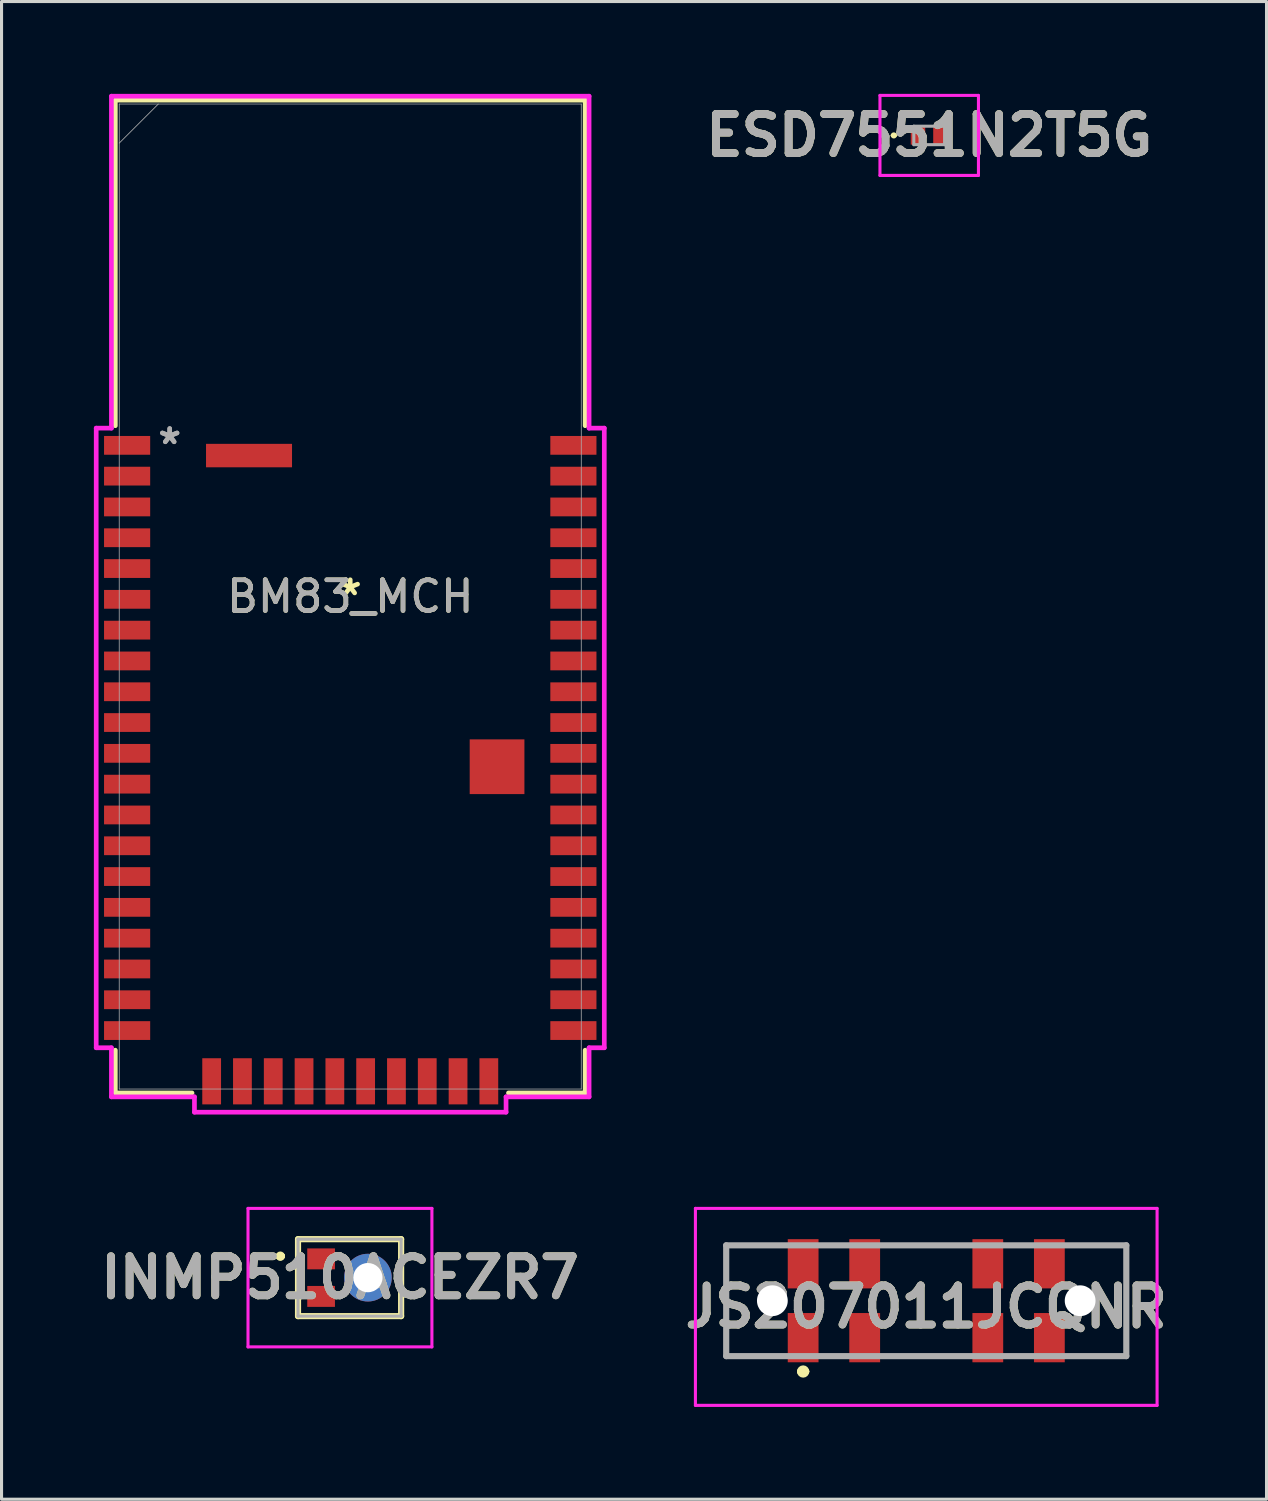
<source format=kicad_pcb>
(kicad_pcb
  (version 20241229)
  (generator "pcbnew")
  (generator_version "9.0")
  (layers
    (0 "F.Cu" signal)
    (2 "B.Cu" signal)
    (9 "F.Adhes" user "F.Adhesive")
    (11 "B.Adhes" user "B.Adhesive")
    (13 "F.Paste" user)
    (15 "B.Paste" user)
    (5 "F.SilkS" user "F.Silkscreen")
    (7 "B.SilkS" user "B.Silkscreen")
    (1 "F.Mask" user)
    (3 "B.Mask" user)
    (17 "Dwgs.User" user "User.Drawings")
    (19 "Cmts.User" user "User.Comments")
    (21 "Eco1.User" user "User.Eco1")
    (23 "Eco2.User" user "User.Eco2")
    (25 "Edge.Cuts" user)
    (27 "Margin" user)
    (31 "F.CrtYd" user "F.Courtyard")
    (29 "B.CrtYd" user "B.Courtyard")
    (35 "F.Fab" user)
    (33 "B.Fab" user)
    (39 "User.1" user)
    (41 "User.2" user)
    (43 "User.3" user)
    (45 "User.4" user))
  (footprint "BM83_MCH"
    (layer "F.Cu")
    (at 8.33 16.332)
    (property "Reference" "BM83_MCH" (at 0 0 0) (unlocked yes) (layer "F.SilkS") (effects (font (size 1 1) (thickness 0.15))))
    (attr smd)
    (fp_line (start -7.633 -16.129) (end -7.633 -5.55) (stroke (width 0.152) (type solid)) (layer "F.SilkS"))
    (fp_line (start -7.633 14.74) (end -7.633 16.129) (stroke (width 0.152) (type solid)) (layer "F.SilkS"))
    (fp_line (start -7.633 16.129) (end -5.141 16.129) (stroke (width 0.152) (type solid)) (layer "F.SilkS"))
    (fp_line (start 5.141 16.129) (end 7.633 16.129) (stroke (width 0.152) (type solid)) (layer "F.SilkS"))
    (fp_line (start 7.633 -16.129) (end -7.633 -16.129) (stroke (width 0.152) (type solid)) (layer "F.SilkS"))
    (fp_line (start 7.633 -5.55) (end 7.633 -16.129) (stroke (width 0.152) (type solid)) (layer "F.SilkS"))
    (fp_line (start 7.633 16.129) (end 7.633 14.74) (stroke (width 0.152) (type solid)) (layer "F.SilkS"))
    (fp_poly (pts (xy -7.506 -16.002) (xy -7.506 -5.994) (xy 1.41 -5.994) (xy 1.41 -2.007) (xy 6.413 -2.007) (xy 6.413 -5.994) (xy 7.506 -5.994) (xy 7.506 -16.002)) (stroke (width 0.1) (type solid)) (fill no) (layer "Eco2.User"))
    (fp_line (start -8.254 -5.471) (end -8.254 14.661) (stroke (width 0.152) (type solid)) (layer "F.CrtYd"))
    (fp_line (start -8.254 14.661) (end -7.76 14.661) (stroke (width 0.152) (type solid)) (layer "F.CrtYd"))
    (fp_line (start -7.76 -16.256) (end -7.76 -5.471) (stroke (width 0.152) (type solid)) (layer "F.CrtYd"))
    (fp_line (start -7.76 -5.471) (end -8.254 -5.471) (stroke (width 0.152) (type solid)) (layer "F.CrtYd"))
    (fp_line (start -7.76 14.661) (end -7.76 16.256) (stroke (width 0.152) (type solid)) (layer "F.CrtYd"))
    (fp_line (start -7.76 16.256) (end -5.062 16.256) (stroke (width 0.152) (type solid)) (layer "F.CrtYd"))
    (fp_line (start -5.062 16.256) (end -5.062 16.754) (stroke (width 0.152) (type solid)) (layer "F.CrtYd"))
    (fp_line (start -5.062 16.754) (end 5.062 16.754) (stroke (width 0.152) (type solid)) (layer "F.CrtYd"))
    (fp_line (start 5.062 16.256) (end 7.76 16.256) (stroke (width 0.152) (type solid)) (layer "F.CrtYd"))
    (fp_line (start 5.062 16.754) (end 5.062 16.256) (stroke (width 0.152) (type solid)) (layer "F.CrtYd"))
    (fp_line (start 7.76 -16.256) (end -7.76 -16.256) (stroke (width 0.152) (type solid)) (layer "F.CrtYd"))
    (fp_line (start 7.76 -5.471) (end 7.76 -16.256) (stroke (width 0.152) (type solid)) (layer "F.CrtYd"))
    (fp_line (start 7.76 14.661) (end 8.254 14.661) (stroke (width 0.152) (type solid)) (layer "F.CrtYd"))
    (fp_line (start 7.76 16.256) (end 7.76 14.661) (stroke (width 0.152) (type solid)) (layer "F.CrtYd"))
    (fp_line (start 8.254 -5.471) (end 7.76 -5.471) (stroke (width 0.152) (type solid)) (layer "F.CrtYd"))
    (fp_line (start 8.254 14.661) (end 8.254 -5.471) (stroke (width 0.152) (type solid)) (layer "F.CrtYd"))
    (fp_line (start -7.506 -16.002) (end -7.506 16.002) (stroke (width 0.025) (type solid)) (layer "F.Fab"))
    (fp_line (start -7.506 -14.732) (end -6.236 -16.002) (stroke (width 0.025) (type solid)) (layer "F.Fab"))
    (fp_line (start -7.506 16.002) (end 7.506 16.002) (stroke (width 0.025) (type solid)) (layer "F.Fab"))
    (fp_line (start 7.506 -16.002) (end -7.506 -16.002) (stroke (width 0.025) (type solid)) (layer "F.Fab"))
    (fp_line (start 7.506 16.002) (end 7.506 -16.002) (stroke (width 0.025) (type solid)) (layer "F.Fab"))
    (fp_text user "*" (at 0 0 0) (layer "F.SilkS") (effects (font (size 1 1) (thickness 0.15))))
    (fp_text user "${REFERENCE}" (at 0 0 0) (unlocked yes) (layer "F.Fab") (effects (font (size 1 1) (thickness 0.15))))
    (fp_text user "*" (at -5.866 -4.912 0) (unlocked yes) (layer "F.Fab") (effects (font (size 1 1) (thickness 0.15))))
    (fp_text user "*" (at -5.866 -4.912 0) (layer "F.Fab") (effects (font (size 1 1) (thickness 0.15))))
    (pad "1" smd rect (at -7.25 -4.912) (size 1.499 0.61) (layers "F.Cu" "F.Mask" "F.Paste"))
    (pad "2" smd rect (at -7.25 -3.912) (size 1.499 0.61) (layers "F.Cu" "F.Mask" "F.Paste"))
    (pad "3" smd rect (at -7.25 -2.911) (size 1.499 0.61) (layers "F.Cu" "F.Mask" "F.Paste"))
    (pad "4" smd rect (at -7.25 -1.91) (size 1.499 0.61) (layers "F.Cu" "F.Mask" "F.Paste"))
    (pad "5" smd rect (at -7.25 -0.909) (size 1.499 0.61) (layers "F.Cu" "F.Mask" "F.Paste"))
    (pad "6" smd rect (at -7.25 0.091) (size 1.499 0.61) (layers "F.Cu" "F.Mask" "F.Paste"))
    (pad "7" smd rect (at -7.25 1.092) (size 1.499 0.61) (layers "F.Cu" "F.Mask" "F.Paste"))
    (pad "8" smd rect (at -7.25 2.093) (size 1.499 0.61) (layers "F.Cu" "F.Mask" "F.Paste"))
    (pad "9" smd rect (at -7.25 3.094) (size 1.499 0.61) (layers "F.Cu" "F.Mask" "F.Paste"))
    (pad "10" smd rect (at -7.25 4.094) (size 1.499 0.61) (layers "F.Cu" "F.Mask" "F.Paste"))
    (pad "11" smd rect (at -7.25 5.095) (size 1.499 0.61) (layers "F.Cu" "F.Mask" "F.Paste"))
    (pad "12" smd rect (at -7.25 6.096) (size 1.499 0.61) (layers "F.Cu" "F.Mask" "F.Paste"))
    (pad "13" smd rect (at -7.25 7.097) (size 1.499 0.61) (layers "F.Cu" "F.Mask" "F.Paste"))
    (pad "14" smd rect (at -7.25 8.098) (size 1.499 0.61) (layers "F.Cu" "F.Mask" "F.Paste"))
    (pad "15" smd rect (at -7.25 9.098) (size 1.499 0.61) (layers "F.Cu" "F.Mask" "F.Paste"))
    (pad "16" smd rect (at -7.25 10.099) (size 1.499 0.61) (layers "F.Cu" "F.Mask" "F.Paste"))
    (pad "17" smd rect (at -7.25 11.1) (size 1.499 0.61) (layers "F.Cu" "F.Mask" "F.Paste"))
    (pad "18" smd rect (at -7.25 12.101) (size 1.499 0.61) (layers "F.Cu" "F.Mask" "F.Paste"))
    (pad "19" smd rect (at -7.25 13.101) (size 1.499 0.61) (layers "F.Cu" "F.Mask" "F.Paste"))
    (pad "20" smd rect (at -7.25 14.102) (size 1.499 0.61) (layers "F.Cu" "F.Mask" "F.Paste"))
    (pad "21" smd rect (at -4.503 15.751 90) (size 1.499 0.61) (layers "F.Cu" "F.Mask" "F.Paste"))
    (pad "22" smd rect (at -3.503 15.751 90) (size 1.499 0.61) (layers "F.Cu" "F.Mask" "F.Paste"))
    (pad "23" smd rect (at -2.502 15.751 90) (size 1.499 0.61) (layers "F.Cu" "F.Mask" "F.Paste"))
    (pad "24" smd rect (at -1.501 15.751 90) (size 1.499 0.61) (layers "F.Cu" "F.Mask" "F.Paste"))
    (pad "25" smd rect (at -0.5 15.751 90) (size 1.499 0.61) (layers "F.Cu" "F.Mask" "F.Paste"))
    (pad "26" smd rect (at 0.5 15.751 90) (size 1.499 0.61) (layers "F.Cu" "F.Mask" "F.Paste"))
    (pad "27" smd rect (at 1.501 15.751 90) (size 1.499 0.61) (layers "F.Cu" "F.Mask" "F.Paste"))
    (pad "28" smd rect (at 2.502 15.751 90) (size 1.499 0.61) (layers "F.Cu" "F.Mask" "F.Paste"))
    (pad "29" smd rect (at 3.503 15.751 90) (size 1.499 0.61) (layers "F.Cu" "F.Mask" "F.Paste"))
    (pad "30" smd rect (at 4.503 15.751 90) (size 1.499 0.61) (layers "F.Cu" "F.Mask" "F.Paste"))
    (pad "31" smd rect (at 7.25 14.102) (size 1.499 0.61) (layers "F.Cu" "F.Mask" "F.Paste"))
    (pad "32" smd rect (at 7.25 13.101) (size 1.499 0.61) (layers "F.Cu" "F.Mask" "F.Paste"))
    (pad "33" smd rect (at 7.25 12.101) (size 1.499 0.61) (layers "F.Cu" "F.Mask" "F.Paste"))
    (pad "34" smd rect (at 7.25 11.1) (size 1.499 0.61) (layers "F.Cu" "F.Mask" "F.Paste"))
    (pad "35" smd rect (at 7.25 10.099) (size 1.499 0.61) (layers "F.Cu" "F.Mask" "F.Paste"))
    (pad "36" smd rect (at 7.25 9.098) (size 1.499 0.61) (layers "F.Cu" "F.Mask" "F.Paste"))
    (pad "37" smd rect (at 7.25 8.098) (size 1.499 0.61) (layers "F.Cu" "F.Mask" "F.Paste"))
    (pad "38" smd rect (at 7.25 7.097) (size 1.499 0.61) (layers "F.Cu" "F.Mask" "F.Paste"))
    (pad "39" smd rect (at 7.25 6.096) (size 1.499 0.61) (layers "F.Cu" "F.Mask" "F.Paste"))
    (pad "40" smd rect (at 7.25 5.095) (size 1.499 0.61) (layers "F.Cu" "F.Mask" "F.Paste"))
    (pad "41" smd rect (at 7.25 4.094) (size 1.499 0.61) (layers "F.Cu" "F.Mask" "F.Paste"))
    (pad "42" smd rect (at 7.25 3.094) (size 1.499 0.61) (layers "F.Cu" "F.Mask" "F.Paste"))
    (pad "43" smd rect (at 7.25 2.093) (size 1.499 0.61) (layers "F.Cu" "F.Mask" "F.Paste"))
    (pad "44" smd rect (at 7.25 1.092) (size 1.499 0.61) (layers "F.Cu" "F.Mask" "F.Paste"))
    (pad "45" smd rect (at 7.25 0.091) (size 1.499 0.61) (layers "F.Cu" "F.Mask" "F.Paste"))
    (pad "46" smd rect (at 7.25 -0.909) (size 1.499 0.61) (layers "F.Cu" "F.Mask" "F.Paste"))
    (pad "47" smd rect (at 7.25 -1.91) (size 1.499 0.61) (layers "F.Cu" "F.Mask" "F.Paste"))
    (pad "48" smd rect (at 7.25 -2.911) (size 1.499 0.61) (layers "F.Cu" "F.Mask" "F.Paste"))
    (pad "49" smd rect (at 7.25 -3.912) (size 1.499 0.61) (layers "F.Cu" "F.Mask" "F.Paste"))
    (pad "50" smd rect (at 7.25 -4.912) (size 1.499 0.61) (layers "F.Cu" "F.Mask" "F.Paste"))
    (pad "56" smd rect (at 4.77 5.53) (size 1.778 1.778) (layers "F.Cu" "F.Mask" "F.Paste"))
    (pad "57" smd rect (at -3.289 -4.58) (size 2.794 0.762) (layers "F.Cu" "F.Mask" "F.Paste")))
  (footprint "ESD7551N2T5G"
    (layer "F.Cu")
    (at 27.141 1.35)
    (property "Reference" "ESD7551N2T5G" (at 0 0 0) (layer "F.SilkS") (effects (font (size 1.27 1.27) (thickness 0.254))))
    (attr smd)
    (fp_line (start -1.2 0) (end -1.2 0) (stroke (width 0.1) (type solid)) (layer "F.SilkS"))
    (fp_line (start -1.1 0) (end -1.1 0) (stroke (width 0.1) (type solid)) (layer "F.SilkS"))
    (fp_arc (start -1.2 0) (mid -1.15 -0.05) (end -1.1 0) (stroke (width 0.1) (type solid)) (layer "F.SilkS"))
    (fp_arc (start -1.1 0) (mid -1.15 0.05) (end -1.2 0) (stroke (width 0.1) (type solid)) (layer "F.SilkS"))
    (fp_line (start -1.6 -1.3) (end 1.6 -1.3) (stroke (width 0.1) (type solid)) (layer "F.CrtYd"))
    (fp_line (start -1.6 1.3) (end -1.6 -1.3) (stroke (width 0.1) (type solid)) (layer "F.CrtYd"))
    (fp_line (start 1.6 -1.3) (end 1.6 1.3) (stroke (width 0.1) (type solid)) (layer "F.CrtYd"))
    (fp_line (start 1.6 1.3) (end -1.6 1.3) (stroke (width 0.1) (type solid)) (layer "F.CrtYd"))
    (fp_line (start -0.5 -0.3) (end -0.5 0.3) (stroke (width 0.1) (type solid)) (layer "F.Fab"))
    (fp_line (start -0.5 0.3) (end 0.5 0.3) (stroke (width 0.1) (type solid)) (layer "F.Fab"))
    (fp_line (start 0.5 -0.3) (end -0.5 -0.3) (stroke (width 0.1) (type solid)) (layer "F.Fab"))
    (fp_line (start 0.5 0.3) (end 0.5 -0.3) (stroke (width 0.1) (type solid)) (layer "F.Fab"))
    (fp_text user "${REFERENCE}" (at 0 0 0) (layer "F.Fab") (effects (font (size 1.27 1.27) (thickness 0.254))))
    (pad "1" smd rect (at -0.365 0) (size 0.47 0.6) (layers "F.Cu" "F.Mask" "F.Paste"))
    (pad "2" smd rect (at 0.365 0) (size 0.47 0.6) (layers "F.Cu" "F.Mask" "F.Paste")))
  (footprint "JS207011JCQNR"
    (layer "F.Cu")
    (at 27.045 39.212)
    (property "Reference" "JS207011JCQNR" (at 0 0.2 0) (layer "F.SilkS") (effects (font (size 1.27 1.27) (thickness 0.254))))
    (attr through_hole)
    (fp_line (start -6.5 -1.8) (end -6.5 1.8) (stroke (width 0.1) (type solid)) (layer "F.SilkS"))
    (fp_line (start -6.5 1.8) (end -5 1.8) (stroke (width 0.1) (type solid)) (layer "F.SilkS"))
    (fp_line (start -5 -1.8) (end -6.5 -1.8) (stroke (width 0.1) (type solid)) (layer "F.SilkS"))
    (fp_line (start -4.1 2.3) (end -4.1 2.3) (stroke (width 0.2) (type solid)) (layer "F.SilkS"))
    (fp_line (start -3.9 2.3) (end -3.9 2.3) (stroke (width 0.2) (type solid)) (layer "F.SilkS"))
    (fp_line (start -1 -1.8) (end 1 -1.8) (stroke (width 0.1) (type solid)) (layer "F.SilkS"))
    (fp_line (start -1 1.8) (end 1 1.8) (stroke (width 0.1) (type solid)) (layer "F.SilkS"))
    (fp_line (start 5 -1.8) (end 6.5 -1.8) (stroke (width 0.1) (type solid)) (layer "F.SilkS"))
    (fp_line (start 6.5 -1.8) (end 6.5 1.8) (stroke (width 0.1) (type solid)) (layer "F.SilkS"))
    (fp_line (start 6.5 1.8) (end 5 1.8) (stroke (width 0.1) (type solid)) (layer "F.SilkS"))
    (fp_arc (start -4.1 2.3) (mid -4 2.2) (end -3.9 2.3) (stroke (width 0.2) (type solid)) (layer "F.SilkS"))
    (fp_arc (start -3.9 2.3) (mid -4 2.4) (end -4.1 2.3) (stroke (width 0.2) (type solid)) (layer "F.SilkS"))
    (fp_line (start -7.5 -3) (end 7.5 -3) (stroke (width 0.1) (type solid)) (layer "F.CrtYd"))
    (fp_line (start -7.5 3.4) (end -7.5 -3) (stroke (width 0.1) (type solid)) (layer "F.CrtYd"))
    (fp_line (start 7.5 -3) (end 7.5 3.4) (stroke (width 0.1) (type solid)) (layer "F.CrtYd"))
    (fp_line (start 7.5 3.4) (end -7.5 3.4) (stroke (width 0.1) (type solid)) (layer "F.CrtYd"))
    (fp_line (start -6.5 -1.8) (end 6.5 -1.8) (stroke (width 0.2) (type solid)) (layer "F.Fab"))
    (fp_line (start -6.5 1.8) (end -6.5 -1.8) (stroke (width 0.2) (type solid)) (layer "F.Fab"))
    (fp_line (start 6.5 -1.8) (end 6.5 1.8) (stroke (width 0.2) (type solid)) (layer "F.Fab"))
    (fp_line (start 6.5 1.8) (end -6.5 1.8) (stroke (width 0.2) (type solid)) (layer "F.Fab"))
    (fp_text user "${REFERENCE}" (at 0 0.2 0) (layer "F.Fab") (effects (font (size 1.27 1.27) (thickness 0.254))))
    (pad "" np_thru_hole circle (at -5 0) (size 1 1) (drill 1) (layers "*.Cu" "*.Mask"))
    (pad "" np_thru_hole circle (at 5 0) (size 1 1) (drill 1) (layers "*.Cu" "*.Mask"))
    (pad "1" smd rect (at -4 1.2) (size 1 1.6) (layers "F.Cu" "F.Mask" "F.Paste"))
    (pad "2" smd rect (at -2 1.2) (size 1 1.6) (layers "F.Cu" "F.Mask" "F.Paste"))
    (pad "3" smd rect (at 2 1.2) (size 1 1.6) (layers "F.Cu" "F.Mask" "F.Paste"))
    (pad "4" smd rect (at 4 1.2) (size 1 1.6) (layers "F.Cu" "F.Mask" "F.Paste"))
    (pad "5" smd rect (at -4 -1.2) (size 1 1.6) (layers "F.Cu" "F.Mask" "F.Paste"))
    (pad "6" smd rect (at -2 -1.2) (size 1 1.6) (layers "F.Cu" "F.Mask" "F.Paste"))
    (pad "7" smd rect (at 2 -1.2) (size 1 1.6) (layers "F.Cu" "F.Mask" "F.Paste"))
    (pad "8" smd rect (at 4 -1.2) (size 1 1.6) (layers "F.Cu" "F.Mask" "F.Paste")))
  (footprint "INMP510ACEZR7"
    (layer "F.Cu")
    (at 8.308 38.462)
    (property "Reference" "INMP510ACEZR7" (at -0.313 0 0) (layer "F.SilkS") (effects (font (size 1.27 1.27) (thickness 0.254))))
    (attr through_hole)
    (fp_line (start -2.3 -0.7) (end -2.3 -0.7) (stroke (width 0.2) (type solid)) (layer "F.SilkS"))
    (fp_line (start -2.3 -0.7) (end -2.3 -0.7) (stroke (width 0.2) (type solid)) (layer "F.SilkS"))
    (fp_line (start -2.2 -0.7) (end -2.2 -0.7) (stroke (width 0.2) (type solid)) (layer "F.SilkS"))
    (fp_line (start -1.675 -1.25) (end -1.675 1.25) (stroke (width 0.2) (type solid)) (layer "F.SilkS"))
    (fp_line (start -1.675 1.25) (end 1.675 1.25) (stroke (width 0.2) (type solid)) (layer "F.SilkS"))
    (fp_line (start 1.675 -1.25) (end -1.675 -1.25) (stroke (width 0.2) (type solid)) (layer "F.SilkS"))
    (fp_line (start 1.675 1.25) (end 1.675 -1.25) (stroke (width 0.2) (type solid)) (layer "F.SilkS"))
    (fp_arc (start -2.3 -0.7) (mid -2.25 -0.75) (end -2.2 -0.7) (stroke (width 0.2) (type solid)) (layer "F.SilkS"))
    (fp_arc (start -2.2 -0.7) (mid -2.25 -0.65) (end -2.3 -0.7) (stroke (width 0.2) (type solid)) (layer "F.SilkS"))
    (fp_arc (start -2.2 -0.7) (mid -2.25 -0.65) (end -2.3 -0.7) (stroke (width 0.2) (type solid)) (layer "F.SilkS"))
    (fp_line (start -3.3 -2.25) (end -3.3 2.25) (stroke (width 0.1) (type solid)) (layer "F.CrtYd"))
    (fp_line (start -3.3 2.25) (end 2.675 2.25) (stroke (width 0.1) (type solid)) (layer "F.CrtYd"))
    (fp_line (start 2.675 -2.25) (end -3.3 -2.25) (stroke (width 0.1) (type solid)) (layer "F.CrtYd"))
    (fp_line (start 2.675 2.25) (end 2.675 -2.25) (stroke (width 0.1) (type solid)) (layer "F.CrtYd"))
    (fp_line (start -1.675 -1.25) (end 1.675 -1.25) (stroke (width 0.1) (type solid)) (layer "F.Fab"))
    (fp_line (start -1.675 1.25) (end -1.675 -1.25) (stroke (width 0.1) (type solid)) (layer "F.Fab"))
    (fp_line (start 1.675 -1.25) (end 1.675 1.25) (stroke (width 0.1) (type solid)) (layer "F.Fab"))
    (fp_line (start 1.675 1.25) (end -1.675 1.25) (stroke (width 0.1) (type solid)) (layer "F.Fab"))
    (fp_text user "${REFERENCE}" (at -0.313 0 0) (layer "F.Fab") (effects (font (size 1.27 1.27) (thickness 0.254))))
    (pad "1" smd rect (at -0.925 -0.61 90) (size 0.68 0.9) (layers "F.Cu" "F.Mask" "F.Paste"))
    (pad "2" smd rect (at -0.925 0.61 90) (size 0.68 0.9) (layers "F.Cu" "F.Mask" "F.Paste"))
    (pad "3" thru_hole circle (at 0.595 0) (size 1.55 1.55) (drill 0.95) (layers "*.Cu" "*.Mask")))
  (gr_rect
    (start -3 -3)
    (end 38.101 45.662)
    (stroke (width 0.1) (type default))
    (fill no)
    (layer "Edge.Cuts")))
</source>
